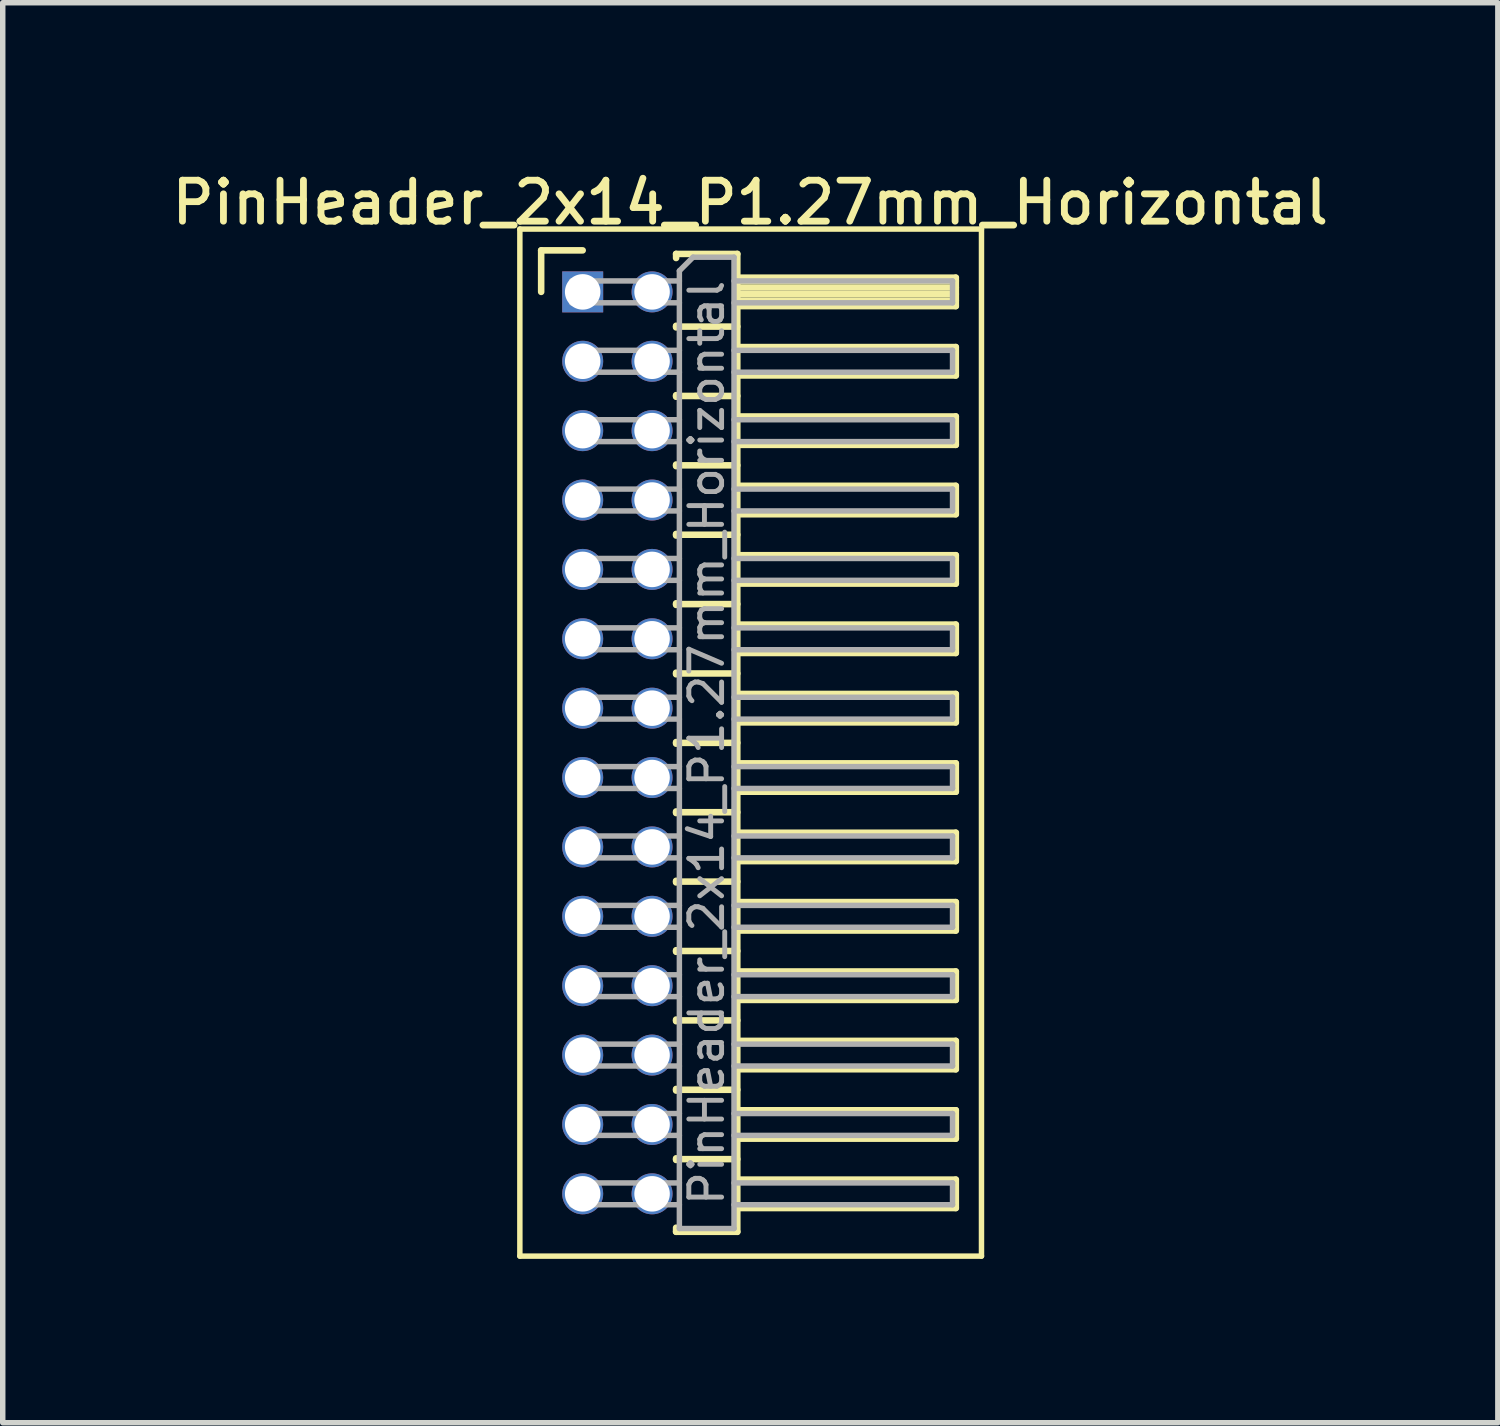
<source format=kicad_pcb>
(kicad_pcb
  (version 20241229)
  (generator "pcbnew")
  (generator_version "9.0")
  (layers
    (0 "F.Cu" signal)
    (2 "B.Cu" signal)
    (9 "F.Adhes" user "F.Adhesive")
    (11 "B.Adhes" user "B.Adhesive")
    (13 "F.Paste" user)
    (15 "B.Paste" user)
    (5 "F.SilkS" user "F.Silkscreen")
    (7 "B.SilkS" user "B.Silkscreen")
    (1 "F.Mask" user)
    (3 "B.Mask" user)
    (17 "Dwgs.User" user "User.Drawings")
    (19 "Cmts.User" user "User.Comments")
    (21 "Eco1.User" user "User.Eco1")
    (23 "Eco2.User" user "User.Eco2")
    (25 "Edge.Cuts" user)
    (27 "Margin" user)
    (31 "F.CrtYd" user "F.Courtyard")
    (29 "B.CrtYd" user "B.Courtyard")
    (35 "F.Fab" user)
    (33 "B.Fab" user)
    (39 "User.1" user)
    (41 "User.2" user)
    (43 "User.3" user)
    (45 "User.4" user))
  (footprint "PinHeader_2x14_P1.27mm_Horizontal"
    (layer "F.Cu")
    (at 7.616 2.293)
    (property "Reference" "PinHeader_2x14_P1.27mm_Horizontal" (at 3.067 -1.635 0) (layer "F.SilkS") (effects (font (size 0.75 0.75) (thickness 0.125))))
    (attr through_hole)
    (fp_line (start -1.15 -1.15) (end -1.15 17.65) (stroke (width 0.1) (type solid)) (layer "F.SilkS"))
    (fp_line (start -1.15 17.65) (end 7.3 17.65) (stroke (width 0.1) (type solid)) (layer "F.SilkS"))
    (fp_line (start -0.76 -0.76) (end 0 -0.76) (stroke (width 0.12) (type solid)) (layer "F.SilkS"))
    (fp_line (start -0.76 0) (end -0.76 -0.76) (stroke (width 0.12) (type solid)) (layer "F.SilkS"))
    (fp_line (start 1.71 -0.695) (end 2.83 -0.695) (stroke (width 0.12) (type solid)) (layer "F.SilkS"))
    (fp_line (start 1.71 -0.62) (end 1.71 -0.695) (stroke (width 0.12) (type solid)) (layer "F.SilkS"))
    (fp_line (start 1.71 0.62) (end 1.71 0.65) (stroke (width 0.12) (type solid)) (layer "F.SilkS"))
    (fp_line (start 1.71 0.635) (end 2.83 0.635) (stroke (width 0.12) (type solid)) (layer "F.SilkS"))
    (fp_line (start 1.71 1.89) (end 1.71 1.92) (stroke (width 0.12) (type solid)) (layer "F.SilkS"))
    (fp_line (start 1.71 1.905) (end 2.83 1.905) (stroke (width 0.12) (type solid)) (layer "F.SilkS"))
    (fp_line (start 1.71 3.16) (end 1.71 3.19) (stroke (width 0.12) (type solid)) (layer "F.SilkS"))
    (fp_line (start 1.71 3.175) (end 2.83 3.175) (stroke (width 0.12) (type solid)) (layer "F.SilkS"))
    (fp_line (start 1.71 4.43) (end 1.71 4.46) (stroke (width 0.12) (type solid)) (layer "F.SilkS"))
    (fp_line (start 1.71 4.445) (end 2.83 4.445) (stroke (width 0.12) (type solid)) (layer "F.SilkS"))
    (fp_line (start 1.71 5.7) (end 1.71 5.73) (stroke (width 0.12) (type solid)) (layer "F.SilkS"))
    (fp_line (start 1.71 5.715) (end 2.83 5.715) (stroke (width 0.12) (type solid)) (layer "F.SilkS"))
    (fp_line (start 1.71 6.97) (end 1.71 7) (stroke (width 0.12) (type solid)) (layer "F.SilkS"))
    (fp_line (start 1.71 6.985) (end 2.83 6.985) (stroke (width 0.12) (type solid)) (layer "F.SilkS"))
    (fp_line (start 1.71 8.24) (end 1.71 8.27) (stroke (width 0.12) (type solid)) (layer "F.SilkS"))
    (fp_line (start 1.71 8.255) (end 2.83 8.255) (stroke (width 0.12) (type solid)) (layer "F.SilkS"))
    (fp_line (start 1.71 9.51) (end 1.71 9.54) (stroke (width 0.12) (type solid)) (layer "F.SilkS"))
    (fp_line (start 1.71 9.525) (end 2.83 9.525) (stroke (width 0.12) (type solid)) (layer "F.SilkS"))
    (fp_line (start 1.71 10.78) (end 1.71 10.81) (stroke (width 0.12) (type solid)) (layer "F.SilkS"))
    (fp_line (start 1.71 10.795) (end 2.83 10.795) (stroke (width 0.12) (type solid)) (layer "F.SilkS"))
    (fp_line (start 1.71 12.05) (end 1.71 12.08) (stroke (width 0.12) (type solid)) (layer "F.SilkS"))
    (fp_line (start 1.71 12.065) (end 2.83 12.065) (stroke (width 0.12) (type solid)) (layer "F.SilkS"))
    (fp_line (start 1.71 13.32) (end 1.71 13.35) (stroke (width 0.12) (type solid)) (layer "F.SilkS"))
    (fp_line (start 1.71 13.335) (end 2.83 13.335) (stroke (width 0.12) (type solid)) (layer "F.SilkS"))
    (fp_line (start 1.71 14.59) (end 1.71 14.62) (stroke (width 0.12) (type solid)) (layer "F.SilkS"))
    (fp_line (start 1.71 14.605) (end 2.83 14.605) (stroke (width 0.12) (type solid)) (layer "F.SilkS"))
    (fp_line (start 1.71 15.86) (end 1.71 15.89) (stroke (width 0.12) (type solid)) (layer "F.SilkS"))
    (fp_line (start 1.71 15.875) (end 2.83 15.875) (stroke (width 0.12) (type solid)) (layer "F.SilkS"))
    (fp_line (start 1.71 17.205) (end 1.71 17.13) (stroke (width 0.12) (type solid)) (layer "F.SilkS"))
    (fp_line (start 2.83 -0.695) (end 2.83 17.205) (stroke (width 0.12) (type solid)) (layer "F.SilkS"))
    (fp_line (start 2.83 -0.26) (end 6.83 -0.26) (stroke (width 0.12) (type solid)) (layer "F.SilkS"))
    (fp_line (start 2.83 -0.2) (end 6.83 -0.2) (stroke (width 0.12) (type solid)) (layer "F.SilkS"))
    (fp_line (start 2.83 -0.08) (end 6.83 -0.08) (stroke (width 0.12) (type solid)) (layer "F.SilkS"))
    (fp_line (start 2.83 0.04) (end 6.83 0.04) (stroke (width 0.12) (type solid)) (layer "F.SilkS"))
    (fp_line (start 2.83 0.16) (end 6.83 0.16) (stroke (width 0.12) (type solid)) (layer "F.SilkS"))
    (fp_line (start 2.83 1.01) (end 6.83 1.01) (stroke (width 0.12) (type solid)) (layer "F.SilkS"))
    (fp_line (start 2.83 2.28) (end 6.83 2.28) (stroke (width 0.12) (type solid)) (layer "F.SilkS"))
    (fp_line (start 2.83 3.55) (end 6.83 3.55) (stroke (width 0.12) (type solid)) (layer "F.SilkS"))
    (fp_line (start 2.83 4.82) (end 6.83 4.82) (stroke (width 0.12) (type solid)) (layer "F.SilkS"))
    (fp_line (start 2.83 6.09) (end 6.83 6.09) (stroke (width 0.12) (type solid)) (layer "F.SilkS"))
    (fp_line (start 2.83 7.36) (end 6.83 7.36) (stroke (width 0.12) (type solid)) (layer "F.SilkS"))
    (fp_line (start 2.83 8.63) (end 6.83 8.63) (stroke (width 0.12) (type solid)) (layer "F.SilkS"))
    (fp_line (start 2.83 9.9) (end 6.83 9.9) (stroke (width 0.12) (type solid)) (layer "F.SilkS"))
    (fp_line (start 2.83 11.17) (end 6.83 11.17) (stroke (width 0.12) (type solid)) (layer "F.SilkS"))
    (fp_line (start 2.83 12.44) (end 6.83 12.44) (stroke (width 0.12) (type solid)) (layer "F.SilkS"))
    (fp_line (start 2.83 13.71) (end 6.83 13.71) (stroke (width 0.12) (type solid)) (layer "F.SilkS"))
    (fp_line (start 2.83 14.98) (end 6.83 14.98) (stroke (width 0.12) (type solid)) (layer "F.SilkS"))
    (fp_line (start 2.83 16.25) (end 6.83 16.25) (stroke (width 0.12) (type solid)) (layer "F.SilkS"))
    (fp_line (start 2.83 17.205) (end 1.71 17.205) (stroke (width 0.12) (type solid)) (layer "F.SilkS"))
    (fp_line (start 6.83 -0.26) (end 6.83 0.26) (stroke (width 0.12) (type solid)) (layer "F.SilkS"))
    (fp_line (start 6.83 0.26) (end 2.83 0.26) (stroke (width 0.12) (type solid)) (layer "F.SilkS"))
    (fp_line (start 6.83 1.01) (end 6.83 1.53) (stroke (width 0.12) (type solid)) (layer "F.SilkS"))
    (fp_line (start 6.83 1.53) (end 2.83 1.53) (stroke (width 0.12) (type solid)) (layer "F.SilkS"))
    (fp_line (start 6.83 2.28) (end 6.83 2.8) (stroke (width 0.12) (type solid)) (layer "F.SilkS"))
    (fp_line (start 6.83 2.8) (end 2.83 2.8) (stroke (width 0.12) (type solid)) (layer "F.SilkS"))
    (fp_line (start 6.83 3.55) (end 6.83 4.07) (stroke (width 0.12) (type solid)) (layer "F.SilkS"))
    (fp_line (start 6.83 4.07) (end 2.83 4.07) (stroke (width 0.12) (type solid)) (layer "F.SilkS"))
    (fp_line (start 6.83 4.82) (end 6.83 5.34) (stroke (width 0.12) (type solid)) (layer "F.SilkS"))
    (fp_line (start 6.83 5.34) (end 2.83 5.34) (stroke (width 0.12) (type solid)) (layer "F.SilkS"))
    (fp_line (start 6.83 6.09) (end 6.83 6.61) (stroke (width 0.12) (type solid)) (layer "F.SilkS"))
    (fp_line (start 6.83 6.61) (end 2.83 6.61) (stroke (width 0.12) (type solid)) (layer "F.SilkS"))
    (fp_line (start 6.83 7.36) (end 6.83 7.88) (stroke (width 0.12) (type solid)) (layer "F.SilkS"))
    (fp_line (start 6.83 7.88) (end 2.83 7.88) (stroke (width 0.12) (type solid)) (layer "F.SilkS"))
    (fp_line (start 6.83 8.63) (end 6.83 9.15) (stroke (width 0.12) (type solid)) (layer "F.SilkS"))
    (fp_line (start 6.83 9.15) (end 2.83 9.15) (stroke (width 0.12) (type solid)) (layer "F.SilkS"))
    (fp_line (start 6.83 9.9) (end 6.83 10.42) (stroke (width 0.12) (type solid)) (layer "F.SilkS"))
    (fp_line (start 6.83 10.42) (end 2.83 10.42) (stroke (width 0.12) (type solid)) (layer "F.SilkS"))
    (fp_line (start 6.83 11.17) (end 6.83 11.69) (stroke (width 0.12) (type solid)) (layer "F.SilkS"))
    (fp_line (start 6.83 11.69) (end 2.83 11.69) (stroke (width 0.12) (type solid)) (layer "F.SilkS"))
    (fp_line (start 6.83 12.44) (end 6.83 12.96) (stroke (width 0.12) (type solid)) (layer "F.SilkS"))
    (fp_line (start 6.83 12.96) (end 2.83 12.96) (stroke (width 0.12) (type solid)) (layer "F.SilkS"))
    (fp_line (start 6.83 13.71) (end 6.83 14.23) (stroke (width 0.12) (type solid)) (layer "F.SilkS"))
    (fp_line (start 6.83 14.23) (end 2.83 14.23) (stroke (width 0.12) (type solid)) (layer "F.SilkS"))
    (fp_line (start 6.83 14.98) (end 6.83 15.5) (stroke (width 0.12) (type solid)) (layer "F.SilkS"))
    (fp_line (start 6.83 15.5) (end 2.83 15.5) (stroke (width 0.12) (type solid)) (layer "F.SilkS"))
    (fp_line (start 6.83 16.25) (end 6.83 16.77) (stroke (width 0.12) (type solid)) (layer "F.SilkS"))
    (fp_line (start 6.83 16.77) (end 2.83 16.77) (stroke (width 0.12) (type solid)) (layer "F.SilkS"))
    (fp_line (start 7.3 -1.15) (end -1.15 -1.15) (stroke (width 0.1) (type solid)) (layer "F.SilkS"))
    (fp_line (start 7.3 17.65) (end 7.3 -1.15) (stroke (width 0.1) (type solid)) (layer "F.SilkS"))
    (fp_line (start -0.2 -0.2) (end -0.2 0.2) (stroke (width 0.1) (type solid)) (layer "F.Fab"))
    (fp_line (start -0.2 -0.2) (end 1.77 -0.2) (stroke (width 0.1) (type solid)) (layer "F.Fab"))
    (fp_line (start -0.2 0.2) (end 1.77 0.2) (stroke (width 0.1) (type solid)) (layer "F.Fab"))
    (fp_line (start -0.2 1.07) (end -0.2 1.47) (stroke (width 0.1) (type solid)) (layer "F.Fab"))
    (fp_line (start -0.2 1.07) (end 1.77 1.07) (stroke (width 0.1) (type solid)) (layer "F.Fab"))
    (fp_line (start -0.2 1.47) (end 1.77 1.47) (stroke (width 0.1) (type solid)) (layer "F.Fab"))
    (fp_line (start -0.2 2.34) (end -0.2 2.74) (stroke (width 0.1) (type solid)) (layer "F.Fab"))
    (fp_line (start -0.2 2.34) (end 1.77 2.34) (stroke (width 0.1) (type solid)) (layer "F.Fab"))
    (fp_line (start -0.2 2.74) (end 1.77 2.74) (stroke (width 0.1) (type solid)) (layer "F.Fab"))
    (fp_line (start -0.2 3.61) (end -0.2 4.01) (stroke (width 0.1) (type solid)) (layer "F.Fab"))
    (fp_line (start -0.2 3.61) (end 1.77 3.61) (stroke (width 0.1) (type solid)) (layer "F.Fab"))
    (fp_line (start -0.2 4.01) (end 1.77 4.01) (stroke (width 0.1) (type solid)) (layer "F.Fab"))
    (fp_line (start -0.2 4.88) (end -0.2 5.28) (stroke (width 0.1) (type solid)) (layer "F.Fab"))
    (fp_line (start -0.2 4.88) (end 1.77 4.88) (stroke (width 0.1) (type solid)) (layer "F.Fab"))
    (fp_line (start -0.2 5.28) (end 1.77 5.28) (stroke (width 0.1) (type solid)) (layer "F.Fab"))
    (fp_line (start -0.2 6.15) (end -0.2 6.55) (stroke (width 0.1) (type solid)) (layer "F.Fab"))
    (fp_line (start -0.2 6.15) (end 1.77 6.15) (stroke (width 0.1) (type solid)) (layer "F.Fab"))
    (fp_line (start -0.2 6.55) (end 1.77 6.55) (stroke (width 0.1) (type solid)) (layer "F.Fab"))
    (fp_line (start -0.2 7.42) (end -0.2 7.82) (stroke (width 0.1) (type solid)) (layer "F.Fab"))
    (fp_line (start -0.2 7.42) (end 1.77 7.42) (stroke (width 0.1) (type solid)) (layer "F.Fab"))
    (fp_line (start -0.2 7.82) (end 1.77 7.82) (stroke (width 0.1) (type solid)) (layer "F.Fab"))
    (fp_line (start -0.2 8.69) (end -0.2 9.09) (stroke (width 0.1) (type solid)) (layer "F.Fab"))
    (fp_line (start -0.2 8.69) (end 1.77 8.69) (stroke (width 0.1) (type solid)) (layer "F.Fab"))
    (fp_line (start -0.2 9.09) (end 1.77 9.09) (stroke (width 0.1) (type solid)) (layer "F.Fab"))
    (fp_line (start -0.2 9.96) (end -0.2 10.36) (stroke (width 0.1) (type solid)) (layer "F.Fab"))
    (fp_line (start -0.2 9.96) (end 1.77 9.96) (stroke (width 0.1) (type solid)) (layer "F.Fab"))
    (fp_line (start -0.2 10.36) (end 1.77 10.36) (stroke (width 0.1) (type solid)) (layer "F.Fab"))
    (fp_line (start -0.2 11.23) (end -0.2 11.63) (stroke (width 0.1) (type solid)) (layer "F.Fab"))
    (fp_line (start -0.2 11.23) (end 1.77 11.23) (stroke (width 0.1) (type solid)) (layer "F.Fab"))
    (fp_line (start -0.2 11.63) (end 1.77 11.63) (stroke (width 0.1) (type solid)) (layer "F.Fab"))
    (fp_line (start -0.2 12.5) (end -0.2 12.9) (stroke (width 0.1) (type solid)) (layer "F.Fab"))
    (fp_line (start -0.2 12.5) (end 1.77 12.5) (stroke (width 0.1) (type solid)) (layer "F.Fab"))
    (fp_line (start -0.2 12.9) (end 1.77 12.9) (stroke (width 0.1) (type solid)) (layer "F.Fab"))
    (fp_line (start -0.2 13.77) (end -0.2 14.17) (stroke (width 0.1) (type solid)) (layer "F.Fab"))
    (fp_line (start -0.2 13.77) (end 1.77 13.77) (stroke (width 0.1) (type solid)) (layer "F.Fab"))
    (fp_line (start -0.2 14.17) (end 1.77 14.17) (stroke (width 0.1) (type solid)) (layer "F.Fab"))
    (fp_line (start -0.2 15.04) (end -0.2 15.44) (stroke (width 0.1) (type solid)) (layer "F.Fab"))
    (fp_line (start -0.2 15.04) (end 1.77 15.04) (stroke (width 0.1) (type solid)) (layer "F.Fab"))
    (fp_line (start -0.2 15.44) (end 1.77 15.44) (stroke (width 0.1) (type solid)) (layer "F.Fab"))
    (fp_line (start -0.2 16.31) (end -0.2 16.71) (stroke (width 0.1) (type solid)) (layer "F.Fab"))
    (fp_line (start -0.2 16.31) (end 1.77 16.31) (stroke (width 0.1) (type solid)) (layer "F.Fab"))
    (fp_line (start -0.2 16.71) (end 1.77 16.71) (stroke (width 0.1) (type solid)) (layer "F.Fab"))
    (fp_line (start 1.77 -0.385) (end 2.02 -0.635) (stroke (width 0.1) (type solid)) (layer "F.Fab"))
    (fp_line (start 1.77 17.145) (end 1.77 -0.385) (stroke (width 0.1) (type solid)) (layer "F.Fab"))
    (fp_line (start 2.02 -0.635) (end 2.77 -0.635) (stroke (width 0.1) (type solid)) (layer "F.Fab"))
    (fp_line (start 2.77 -0.635) (end 2.77 17.145) (stroke (width 0.1) (type solid)) (layer "F.Fab"))
    (fp_line (start 2.77 -0.2) (end 6.77 -0.2) (stroke (width 0.1) (type solid)) (layer "F.Fab"))
    (fp_line (start 2.77 0.2) (end 6.77 0.2) (stroke (width 0.1) (type solid)) (layer "F.Fab"))
    (fp_line (start 2.77 1.07) (end 6.77 1.07) (stroke (width 0.1) (type solid)) (layer "F.Fab"))
    (fp_line (start 2.77 1.47) (end 6.77 1.47) (stroke (width 0.1) (type solid)) (layer "F.Fab"))
    (fp_line (start 2.77 2.34) (end 6.77 2.34) (stroke (width 0.1) (type solid)) (layer "F.Fab"))
    (fp_line (start 2.77 2.74) (end 6.77 2.74) (stroke (width 0.1) (type solid)) (layer "F.Fab"))
    (fp_line (start 2.77 3.61) (end 6.77 3.61) (stroke (width 0.1) (type solid)) (layer "F.Fab"))
    (fp_line (start 2.77 4.01) (end 6.77 4.01) (stroke (width 0.1) (type solid)) (layer "F.Fab"))
    (fp_line (start 2.77 4.88) (end 6.77 4.88) (stroke (width 0.1) (type solid)) (layer "F.Fab"))
    (fp_line (start 2.77 5.28) (end 6.77 5.28) (stroke (width 0.1) (type solid)) (layer "F.Fab"))
    (fp_line (start 2.77 6.15) (end 6.77 6.15) (stroke (width 0.1) (type solid)) (layer "F.Fab"))
    (fp_line (start 2.77 6.55) (end 6.77 6.55) (stroke (width 0.1) (type solid)) (layer "F.Fab"))
    (fp_line (start 2.77 7.42) (end 6.77 7.42) (stroke (width 0.1) (type solid)) (layer "F.Fab"))
    (fp_line (start 2.77 7.82) (end 6.77 7.82) (stroke (width 0.1) (type solid)) (layer "F.Fab"))
    (fp_line (start 2.77 8.69) (end 6.77 8.69) (stroke (width 0.1) (type solid)) (layer "F.Fab"))
    (fp_line (start 2.77 9.09) (end 6.77 9.09) (stroke (width 0.1) (type solid)) (layer "F.Fab"))
    (fp_line (start 2.77 9.96) (end 6.77 9.96) (stroke (width 0.1) (type solid)) (layer "F.Fab"))
    (fp_line (start 2.77 10.36) (end 6.77 10.36) (stroke (width 0.1) (type solid)) (layer "F.Fab"))
    (fp_line (start 2.77 11.23) (end 6.77 11.23) (stroke (width 0.1) (type solid)) (layer "F.Fab"))
    (fp_line (start 2.77 11.63) (end 6.77 11.63) (stroke (width 0.1) (type solid)) (layer "F.Fab"))
    (fp_line (start 2.77 12.5) (end 6.77 12.5) (stroke (width 0.1) (type solid)) (layer "F.Fab"))
    (fp_line (start 2.77 12.9) (end 6.77 12.9) (stroke (width 0.1) (type solid)) (layer "F.Fab"))
    (fp_line (start 2.77 13.77) (end 6.77 13.77) (stroke (width 0.1) (type solid)) (layer "F.Fab"))
    (fp_line (start 2.77 14.17) (end 6.77 14.17) (stroke (width 0.1) (type solid)) (layer "F.Fab"))
    (fp_line (start 2.77 15.04) (end 6.77 15.04) (stroke (width 0.1) (type solid)) (layer "F.Fab"))
    (fp_line (start 2.77 15.44) (end 6.77 15.44) (stroke (width 0.1) (type solid)) (layer "F.Fab"))
    (fp_line (start 2.77 16.31) (end 6.77 16.31) (stroke (width 0.1) (type solid)) (layer "F.Fab"))
    (fp_line (start 2.77 16.71) (end 6.77 16.71) (stroke (width 0.1) (type solid)) (layer "F.Fab"))
    (fp_line (start 2.77 17.145) (end 1.77 17.145) (stroke (width 0.1) (type solid)) (layer "F.Fab"))
    (fp_line (start 6.77 -0.2) (end 6.77 0.2) (stroke (width 0.1) (type solid)) (layer "F.Fab"))
    (fp_line (start 6.77 1.07) (end 6.77 1.47) (stroke (width 0.1) (type solid)) (layer "F.Fab"))
    (fp_line (start 6.77 2.34) (end 6.77 2.74) (stroke (width 0.1) (type solid)) (layer "F.Fab"))
    (fp_line (start 6.77 3.61) (end 6.77 4.01) (stroke (width 0.1) (type solid)) (layer "F.Fab"))
    (fp_line (start 6.77 4.88) (end 6.77 5.28) (stroke (width 0.1) (type solid)) (layer "F.Fab"))
    (fp_line (start 6.77 6.15) (end 6.77 6.55) (stroke (width 0.1) (type solid)) (layer "F.Fab"))
    (fp_line (start 6.77 7.42) (end 6.77 7.82) (stroke (width 0.1) (type solid)) (layer "F.Fab"))
    (fp_line (start 6.77 8.69) (end 6.77 9.09) (stroke (width 0.1) (type solid)) (layer "F.Fab"))
    (fp_line (start 6.77 9.96) (end 6.77 10.36) (stroke (width 0.1) (type solid)) (layer "F.Fab"))
    (fp_line (start 6.77 11.23) (end 6.77 11.63) (stroke (width 0.1) (type solid)) (layer "F.Fab"))
    (fp_line (start 6.77 12.5) (end 6.77 12.9) (stroke (width 0.1) (type solid)) (layer "F.Fab"))
    (fp_line (start 6.77 13.77) (end 6.77 14.17) (stroke (width 0.1) (type solid)) (layer "F.Fab"))
    (fp_line (start 6.77 15.04) (end 6.77 15.44) (stroke (width 0.1) (type solid)) (layer "F.Fab"))
    (fp_line (start 6.77 16.31) (end 6.77 16.71) (stroke (width 0.1) (type solid)) (layer "F.Fab"))
    (fp_text user "${REFERENCE}" (at 2.27 8.255 90) (layer "F.Fab") (effects (font (size 0.6 0.6) (thickness 0.09))))
    (pad "1" thru_hole rect (at 0 0) (size 0.75 0.75) (drill 0.65) (layers "*.Cu" "*.Mask"))
    (pad "2" thru_hole oval (at 1.27 0) (size 0.75 0.75) (drill 0.65) (layers "*.Cu" "*.Mask"))
    (pad "3" thru_hole oval (at 0 1.27) (size 0.75 0.75) (drill 0.65) (layers "*.Cu" "*.Mask"))
    (pad "4" thru_hole oval (at 1.27 1.27) (size 0.75 0.75) (drill 0.65) (layers "*.Cu" "*.Mask"))
    (pad "5" thru_hole oval (at 0 2.54) (size 0.75 0.75) (drill 0.65) (layers "*.Cu" "*.Mask"))
    (pad "6" thru_hole oval (at 1.27 2.54) (size 0.75 0.75) (drill 0.65) (layers "*.Cu" "*.Mask"))
    (pad "7" thru_hole oval (at 0 3.81) (size 0.75 0.75) (drill 0.65) (layers "*.Cu" "*.Mask"))
    (pad "8" thru_hole oval (at 1.27 3.81) (size 0.75 0.75) (drill 0.65) (layers "*.Cu" "*.Mask"))
    (pad "9" thru_hole oval (at 0 5.08) (size 0.75 0.75) (drill 0.65) (layers "*.Cu" "*.Mask"))
    (pad "10" thru_hole oval (at 1.27 5.08) (size 0.75 0.75) (drill 0.65) (layers "*.Cu" "*.Mask"))
    (pad "11" thru_hole oval (at 0 6.35) (size 0.75 0.75) (drill 0.65) (layers "*.Cu" "*.Mask"))
    (pad "12" thru_hole oval (at 1.27 6.35) (size 0.75 0.75) (drill 0.65) (layers "*.Cu" "*.Mask"))
    (pad "13" thru_hole oval (at 0 7.62) (size 0.75 0.75) (drill 0.65) (layers "*.Cu" "*.Mask"))
    (pad "14" thru_hole oval (at 1.27 7.62) (size 0.75 0.75) (drill 0.65) (layers "*.Cu" "*.Mask"))
    (pad "15" thru_hole oval (at 0 8.89) (size 0.75 0.75) (drill 0.65) (layers "*.Cu" "*.Mask"))
    (pad "16" thru_hole oval (at 1.27 8.89) (size 0.75 0.75) (drill 0.65) (layers "*.Cu" "*.Mask"))
    (pad "17" thru_hole oval (at 0 10.16) (size 0.75 0.75) (drill 0.65) (layers "*.Cu" "*.Mask"))
    (pad "18" thru_hole oval (at 1.27 10.16) (size 0.75 0.75) (drill 0.65) (layers "*.Cu" "*.Mask"))
    (pad "19" thru_hole oval (at 0 11.43) (size 0.75 0.75) (drill 0.65) (layers "*.Cu" "*.Mask"))
    (pad "20" thru_hole oval (at 1.27 11.43) (size 0.75 0.75) (drill 0.65) (layers "*.Cu" "*.Mask"))
    (pad "21" thru_hole oval (at 0 12.7) (size 0.75 0.75) (drill 0.65) (layers "*.Cu" "*.Mask"))
    (pad "22" thru_hole oval (at 1.27 12.7) (size 0.75 0.75) (drill 0.65) (layers "*.Cu" "*.Mask"))
    (pad "23" thru_hole oval (at 0 13.97) (size 0.75 0.75) (drill 0.65) (layers "*.Cu" "*.Mask"))
    (pad "24" thru_hole oval (at 1.27 13.97) (size 0.75 0.75) (drill 0.65) (layers "*.Cu" "*.Mask"))
    (pad "25" thru_hole oval (at 0 15.24) (size 0.75 0.75) (drill 0.65) (layers "*.Cu" "*.Mask"))
    (pad "26" thru_hole oval (at 1.27 15.24) (size 0.75 0.75) (drill 0.65) (layers "*.Cu" "*.Mask"))
    (pad "27" thru_hole oval (at 0 16.51) (size 0.75 0.75) (drill 0.65) (layers "*.Cu" "*.Mask"))
    (pad "28" thru_hole oval (at 1.27 16.51) (size 0.75 0.75) (drill 0.65) (layers "*.Cu" "*.Mask")))
  (gr_rect
    (start -3 -3)
    (end 24.368 22.993)
    (stroke (width 0.1) (type default))
    (fill no)
    (layer "Edge.Cuts")))
</source>
